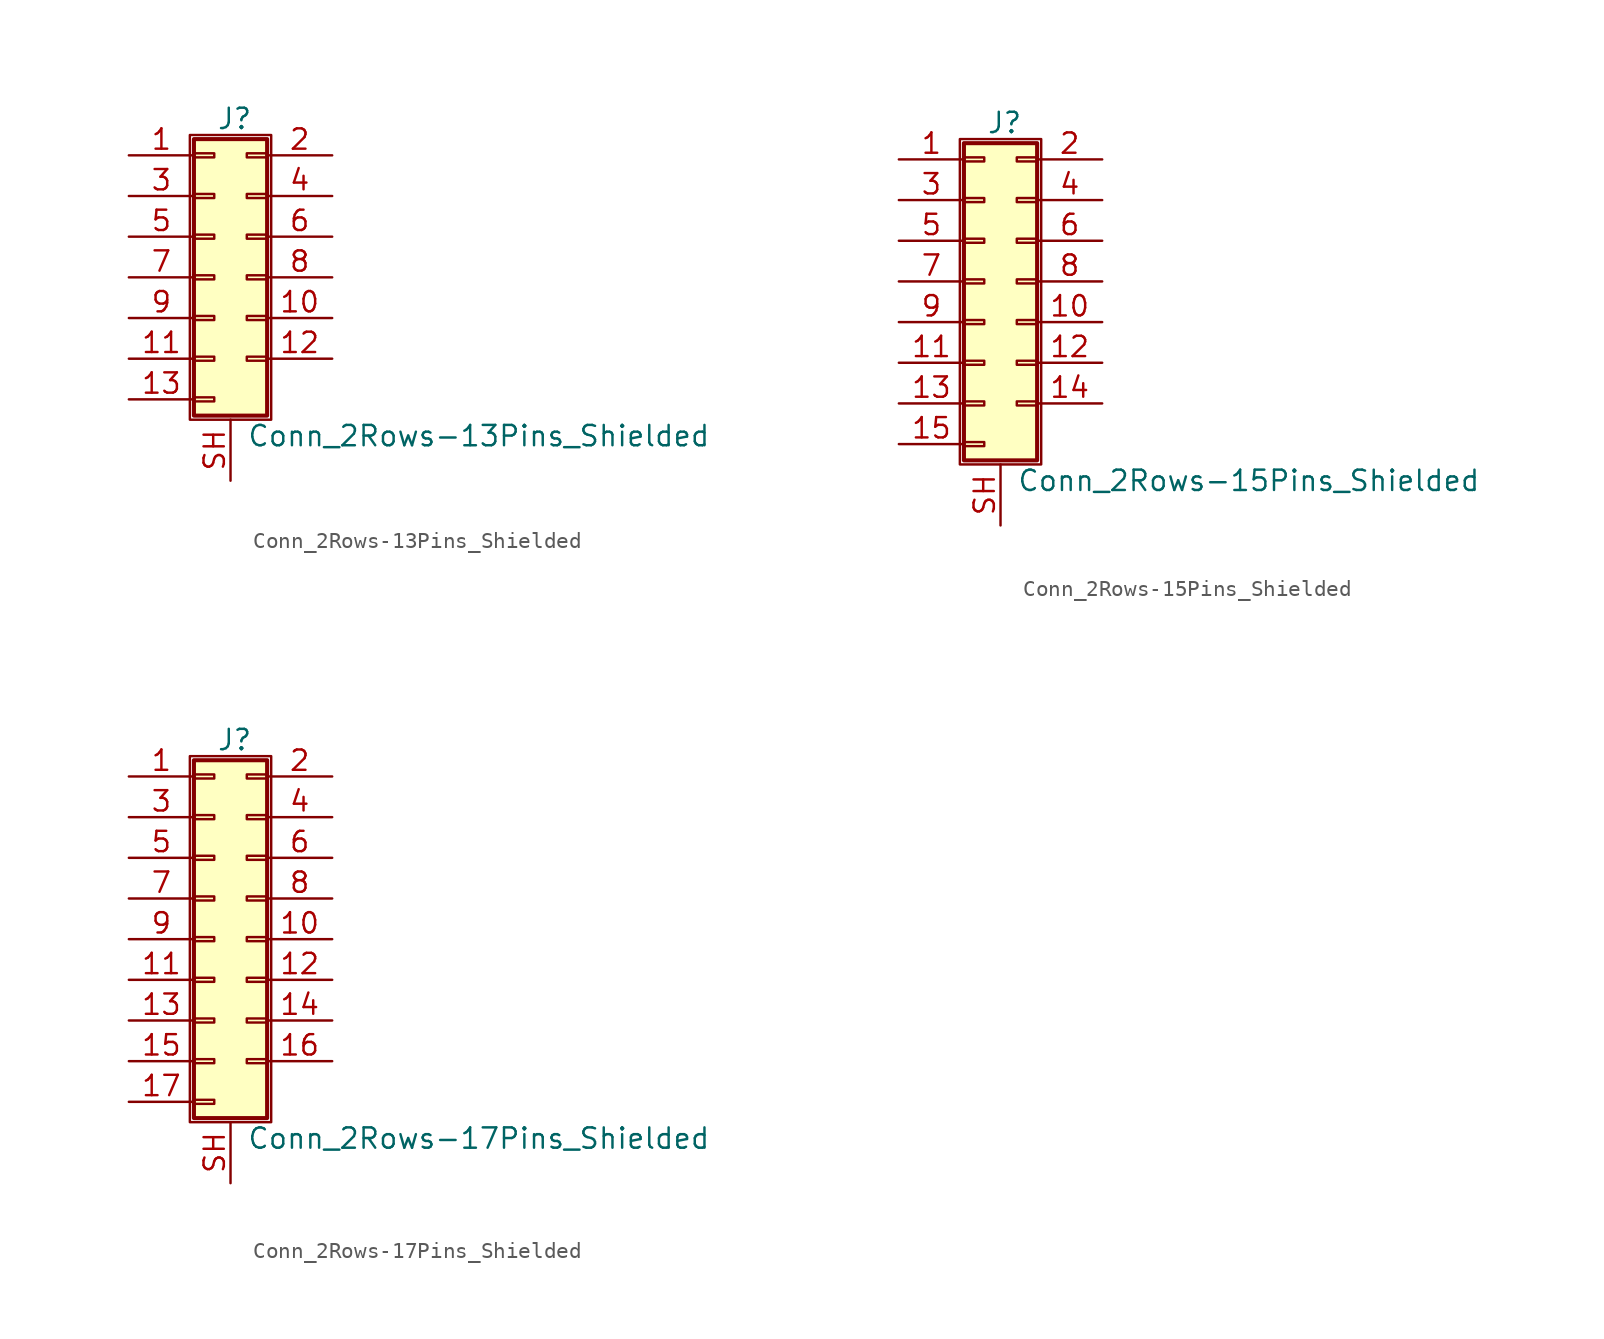
<source format=kicad_sym>
(kicad_symbol_lib
  (version 20201005)
  (generator kicad_symbol_editor)
  (symbol "Conn_2Rows-13Pins_Shielded"
    (pin_names
      (offset 1.016) hide)
    (property "Reference" "J"
      (at 1.524 9.906 0)
      (effects (font (size 1.27 1.27))))
    (property "Value" "Conn_2Rows-13Pins_Shielded"
      (at 2.286 -9.906 0)
      (effects (font (size 1.27 1.27)) (justify left)))
    (symbol "Conn_2Rows-13Pins_Shielded_1_1"
      (rectangle (start -1.27 8.89) (end 3.81 -8.89) (stroke (width 0.152)) (fill (type none)))
      (rectangle (start -1.016 -7.493) (end 0.254 -7.747) (stroke (width 0.152)) (fill (type none)))
      (rectangle (start -1.016 -4.953) (end 0.254 -5.207) (stroke (width 0.152)) (fill (type none)))
      (rectangle (start -1.016 -2.413) (end 0.254 -2.667) (stroke (width 0.152)) (fill (type none)))
      (rectangle (start -1.016 0.127) (end 0.254 -0.127) (stroke (width 0.152)) (fill (type none)))
      (rectangle (start -1.016 2.667) (end 0.254 2.413) (stroke (width 0.152)) (fill (type none)))
      (rectangle (start -1.016 5.207) (end 0.254 4.953) (stroke (width 0.152)) (fill (type none)))
      (rectangle (start -1.016 7.747) (end 0.254 7.493) (stroke (width 0.152)) (fill (type none)))
      (rectangle (start 3.556 -4.953) (end 2.286 -5.207) (stroke (width 0.152)) (fill (type none)))
      (rectangle (start 3.556 -2.413) (end 2.286 -2.667) (stroke (width 0.152)) (fill (type none)))
      (rectangle (start 3.556 0.127) (end 2.286 -0.127) (stroke (width 0.152)) (fill (type none)))
      (rectangle (start 3.556 2.667) (end 2.286 2.413) (stroke (width 0.152)) (fill (type none)))
      (rectangle (start 3.556 5.207) (end 2.286 4.953) (stroke (width 0.152)) (fill (type none)))
      (rectangle (start 3.556 7.747) (end 2.286 7.493) (stroke (width 0.152)) (fill (type none)))
      (rectangle (start -1.016 8.636) (end 3.556 -8.636) (stroke (width 0.254)) (fill (type background)))
      (pin passive line (at -5.08 7.62 0) (length 4.064) (name "Pin_1" (effects (font (size 1.27 1.27)))) (number "1" (effects (font (size 1.27 1.27)))))
      (pin passive line (at 7.62 -2.54 180) (length 4.064) (name "Pin_10" (effects (font (size 1.27 1.27)))) (number "10" (effects (font (size 1.27 1.27)))))
      (pin passive line (at -5.08 -5.08 0) (length 4.064) (name "Pin_11" (effects (font (size 1.27 1.27)))) (number "11" (effects (font (size 1.27 1.27)))))
      (pin passive line (at 7.62 -5.08 180) (length 4.064) (name "Pin_12" (effects (font (size 1.27 1.27)))) (number "12" (effects (font (size 1.27 1.27)))))
      (pin passive line (at -5.08 -7.62 0) (length 4.064) (name "Pin_13" (effects (font (size 1.27 1.27)))) (number "13" (effects (font (size 1.27 1.27)))))
      (pin passive line (at 7.62 7.62 180) (length 4.064) (name "Pin_2" (effects (font (size 1.27 1.27)))) (number "2" (effects (font (size 1.27 1.27)))))
      (pin passive line (at -5.08 5.08 0) (length 4.064) (name "Pin_3" (effects (font (size 1.27 1.27)))) (number "3" (effects (font (size 1.27 1.27)))))
      (pin passive line (at 7.62 5.08 180) (length 4.064) (name "Pin_4" (effects (font (size 1.27 1.27)))) (number "4" (effects (font (size 1.27 1.27)))))
      (pin passive line (at -5.08 2.54 0) (length 4.064) (name "Pin_5" (effects (font (size 1.27 1.27)))) (number "5" (effects (font (size 1.27 1.27)))))
      (pin passive line (at 7.62 2.54 180) (length 4.064) (name "Pin_6" (effects (font (size 1.27 1.27)))) (number "6" (effects (font (size 1.27 1.27)))))
      (pin passive line (at -5.08 0 0) (length 4.064) (name "Pin_7" (effects (font (size 1.27 1.27)))) (number "7" (effects (font (size 1.27 1.27)))))
      (pin passive line (at 7.62 0 180) (length 4.064) (name "Pin_8" (effects (font (size 1.27 1.27)))) (number "8" (effects (font (size 1.27 1.27)))))
      (pin passive line (at -5.08 -2.54 0) (length 4.064) (name "Pin_9" (effects (font (size 1.27 1.27)))) (number "9" (effects (font (size 1.27 1.27)))))
      (pin passive line (at 1.27 -12.7 90) (length 3.81) (name "Shield" (effects (font (size 1.27 1.27)))) (number "SH" (effects (font (size 1.27 1.27)))))))
  (symbol "Conn_2Rows-15Pins_Shielded"
    (pin_names
      (offset 1.016) hide)
    (property "Reference" "J"
      (at 1.524 9.906 0)
      (effects (font (size 1.27 1.27))))
    (property "Value" "Conn_2Rows-15Pins_Shielded"
      (at 2.286 -12.446 0)
      (effects (font (size 1.27 1.27)) (justify left)))
    (symbol "Conn_2Rows-15Pins_Shielded_1_1"
      (rectangle (start -1.27 8.89) (end 3.81 -11.43) (stroke (width 0.152)) (fill (type none)))
      (rectangle (start -1.016 -10.033) (end 0.254 -10.287) (stroke (width 0.152)) (fill (type none)))
      (rectangle (start -1.016 -7.493) (end 0.254 -7.747) (stroke (width 0.152)) (fill (type none)))
      (rectangle (start -1.016 -4.953) (end 0.254 -5.207) (stroke (width 0.152)) (fill (type none)))
      (rectangle (start -1.016 -2.413) (end 0.254 -2.667) (stroke (width 0.152)) (fill (type none)))
      (rectangle (start -1.016 0.127) (end 0.254 -0.127) (stroke (width 0.152)) (fill (type none)))
      (rectangle (start -1.016 2.667) (end 0.254 2.413) (stroke (width 0.152)) (fill (type none)))
      (rectangle (start -1.016 5.207) (end 0.254 4.953) (stroke (width 0.152)) (fill (type none)))
      (rectangle (start -1.016 7.747) (end 0.254 7.493) (stroke (width 0.152)) (fill (type none)))
      (rectangle (start 3.556 -7.493) (end 2.286 -7.747) (stroke (width 0.152)) (fill (type none)))
      (rectangle (start 3.556 -4.953) (end 2.286 -5.207) (stroke (width 0.152)) (fill (type none)))
      (rectangle (start 3.556 -2.413) (end 2.286 -2.667) (stroke (width 0.152)) (fill (type none)))
      (rectangle (start 3.556 0.127) (end 2.286 -0.127) (stroke (width 0.152)) (fill (type none)))
      (rectangle (start 3.556 2.667) (end 2.286 2.413) (stroke (width 0.152)) (fill (type none)))
      (rectangle (start 3.556 5.207) (end 2.286 4.953) (stroke (width 0.152)) (fill (type none)))
      (rectangle (start 3.556 7.747) (end 2.286 7.493) (stroke (width 0.152)) (fill (type none)))
      (rectangle (start -1.016 8.636) (end 3.556 -11.176) (stroke (width 0.254)) (fill (type background)))
      (pin passive line (at -5.08 7.62 0) (length 4.064) (name "Pin_1" (effects (font (size 1.27 1.27)))) (number "1" (effects (font (size 1.27 1.27)))))
      (pin passive line (at 7.62 -2.54 180) (length 4.064) (name "Pin_10" (effects (font (size 1.27 1.27)))) (number "10" (effects (font (size 1.27 1.27)))))
      (pin passive line (at -5.08 -5.08 0) (length 4.064) (name "Pin_11" (effects (font (size 1.27 1.27)))) (number "11" (effects (font (size 1.27 1.27)))))
      (pin passive line (at 7.62 -5.08 180) (length 4.064) (name "Pin_12" (effects (font (size 1.27 1.27)))) (number "12" (effects (font (size 1.27 1.27)))))
      (pin passive line (at -5.08 -7.62 0) (length 4.064) (name "Pin_13" (effects (font (size 1.27 1.27)))) (number "13" (effects (font (size 1.27 1.27)))))
      (pin passive line (at 7.62 -7.62 180) (length 4.064) (name "Pin_14" (effects (font (size 1.27 1.27)))) (number "14" (effects (font (size 1.27 1.27)))))
      (pin passive line (at -5.08 -10.16 0) (length 4.064) (name "Pin_15" (effects (font (size 1.27 1.27)))) (number "15" (effects (font (size 1.27 1.27)))))
      (pin passive line (at 7.62 7.62 180) (length 4.064) (name "Pin_2" (effects (font (size 1.27 1.27)))) (number "2" (effects (font (size 1.27 1.27)))))
      (pin passive line (at -5.08 5.08 0) (length 4.064) (name "Pin_3" (effects (font (size 1.27 1.27)))) (number "3" (effects (font (size 1.27 1.27)))))
      (pin passive line (at 7.62 5.08 180) (length 4.064) (name "Pin_4" (effects (font (size 1.27 1.27)))) (number "4" (effects (font (size 1.27 1.27)))))
      (pin passive line (at -5.08 2.54 0) (length 4.064) (name "Pin_5" (effects (font (size 1.27 1.27)))) (number "5" (effects (font (size 1.27 1.27)))))
      (pin passive line (at 7.62 2.54 180) (length 4.064) (name "Pin_6" (effects (font (size 1.27 1.27)))) (number "6" (effects (font (size 1.27 1.27)))))
      (pin passive line (at -5.08 0 0) (length 4.064) (name "Pin_7" (effects (font (size 1.27 1.27)))) (number "7" (effects (font (size 1.27 1.27)))))
      (pin passive line (at 7.62 0 180) (length 4.064) (name "Pin_8" (effects (font (size 1.27 1.27)))) (number "8" (effects (font (size 1.27 1.27)))))
      (pin passive line (at -5.08 -2.54 0) (length 4.064) (name "Pin_9" (effects (font (size 1.27 1.27)))) (number "9" (effects (font (size 1.27 1.27)))))
      (pin passive line (at 1.27 -15.24 90) (length 3.81) (name "Shield" (effects (font (size 1.27 1.27)))) (number "SH" (effects (font (size 1.27 1.27)))))))
  (symbol "Conn_2Rows-17Pins_Shielded"
    (pin_names
      (offset 1.016) hide)
    (property "Reference" "J"
      (at 1.524 12.446 0)
      (effects (font (size 1.27 1.27))))
    (property "Value" "Conn_2Rows-17Pins_Shielded"
      (at 2.286 -12.446 0)
      (effects (font (size 1.27 1.27)) (justify left)))
    (symbol "Conn_2Rows-17Pins_Shielded_1_1"
      (rectangle (start -1.27 11.43) (end 3.81 -11.43) (stroke (width 0.152)) (fill (type none)))
      (rectangle (start -1.016 -10.033) (end 0.254 -10.287) (stroke (width 0.152)) (fill (type none)))
      (rectangle (start -1.016 -7.493) (end 0.254 -7.747) (stroke (width 0.152)) (fill (type none)))
      (rectangle (start -1.016 -4.953) (end 0.254 -5.207) (stroke (width 0.152)) (fill (type none)))
      (rectangle (start -1.016 -2.413) (end 0.254 -2.667) (stroke (width 0.152)) (fill (type none)))
      (rectangle (start -1.016 0.127) (end 0.254 -0.127) (stroke (width 0.152)) (fill (type none)))
      (rectangle (start -1.016 2.667) (end 0.254 2.413) (stroke (width 0.152)) (fill (type none)))
      (rectangle (start -1.016 5.207) (end 0.254 4.953) (stroke (width 0.152)) (fill (type none)))
      (rectangle (start -1.016 7.747) (end 0.254 7.493) (stroke (width 0.152)) (fill (type none)))
      (rectangle (start -1.016 10.287) (end 0.254 10.033) (stroke (width 0.152)) (fill (type none)))
      (rectangle (start 3.556 -7.493) (end 2.286 -7.747) (stroke (width 0.152)) (fill (type none)))
      (rectangle (start 3.556 -4.953) (end 2.286 -5.207) (stroke (width 0.152)) (fill (type none)))
      (rectangle (start 3.556 -2.413) (end 2.286 -2.667) (stroke (width 0.152)) (fill (type none)))
      (rectangle (start 3.556 0.127) (end 2.286 -0.127) (stroke (width 0.152)) (fill (type none)))
      (rectangle (start 3.556 2.667) (end 2.286 2.413) (stroke (width 0.152)) (fill (type none)))
      (rectangle (start 3.556 5.207) (end 2.286 4.953) (stroke (width 0.152)) (fill (type none)))
      (rectangle (start 3.556 7.747) (end 2.286 7.493) (stroke (width 0.152)) (fill (type none)))
      (rectangle (start 3.556 10.287) (end 2.286 10.033) (stroke (width 0.152)) (fill (type none)))
      (rectangle (start -1.016 11.176) (end 3.556 -11.176) (stroke (width 0.254)) (fill (type background)))
      (pin passive line (at -5.08 10.16 0) (length 4.064) (name "Pin_1" (effects (font (size 1.27 1.27)))) (number "1" (effects (font (size 1.27 1.27)))))
      (pin passive line (at 7.62 0 180) (length 4.064) (name "Pin_10" (effects (font (size 1.27 1.27)))) (number "10" (effects (font (size 1.27 1.27)))))
      (pin passive line (at -5.08 -2.54 0) (length 4.064) (name "Pin_11" (effects (font (size 1.27 1.27)))) (number "11" (effects (font (size 1.27 1.27)))))
      (pin passive line (at 7.62 -2.54 180) (length 4.064) (name "Pin_12" (effects (font (size 1.27 1.27)))) (number "12" (effects (font (size 1.27 1.27)))))
      (pin passive line (at -5.08 -5.08 0) (length 4.064) (name "Pin_13" (effects (font (size 1.27 1.27)))) (number "13" (effects (font (size 1.27 1.27)))))
      (pin passive line (at 7.62 -5.08 180) (length 4.064) (name "Pin_14" (effects (font (size 1.27 1.27)))) (number "14" (effects (font (size 1.27 1.27)))))
      (pin passive line (at -5.08 -7.62 0) (length 4.064) (name "Pin_15" (effects (font (size 1.27 1.27)))) (number "15" (effects (font (size 1.27 1.27)))))
      (pin passive line (at 7.62 -7.62 180) (length 4.064) (name "Pin_16" (effects (font (size 1.27 1.27)))) (number "16" (effects (font (size 1.27 1.27)))))
      (pin passive line (at -5.08 -10.16 0) (length 4.064) (name "Pin_17" (effects (font (size 1.27 1.27)))) (number "17" (effects (font (size 1.27 1.27)))))
      (pin passive line (at 7.62 10.16 180) (length 4.064) (name "Pin_2" (effects (font (size 1.27 1.27)))) (number "2" (effects (font (size 1.27 1.27)))))
      (pin passive line (at -5.08 7.62 0) (length 4.064) (name "Pin_3" (effects (font (size 1.27 1.27)))) (number "3" (effects (font (size 1.27 1.27)))))
      (pin passive line (at 7.62 7.62 180) (length 4.064) (name "Pin_4" (effects (font (size 1.27 1.27)))) (number "4" (effects (font (size 1.27 1.27)))))
      (pin passive line (at -5.08 5.08 0) (length 4.064) (name "Pin_5" (effects (font (size 1.27 1.27)))) (number "5" (effects (font (size 1.27 1.27)))))
      (pin passive line (at 7.62 5.08 180) (length 4.064) (name "Pin_6" (effects (font (size 1.27 1.27)))) (number "6" (effects (font (size 1.27 1.27)))))
      (pin passive line (at -5.08 2.54 0) (length 4.064) (name "Pin_7" (effects (font (size 1.27 1.27)))) (number "7" (effects (font (size 1.27 1.27)))))
      (pin passive line (at 7.62 2.54 180) (length 4.064) (name "Pin_8" (effects (font (size 1.27 1.27)))) (number "8" (effects (font (size 1.27 1.27)))))
      (pin passive line (at -5.08 0 0) (length 4.064) (name "Pin_9" (effects (font (size 1.27 1.27)))) (number "9" (effects (font (size 1.27 1.27)))))
      (pin passive line (at 1.27 -15.24 90) (length 3.81) (name "Shield" (effects (font (size 1.27 1.27)))) (number "SH" (effects (font (size 1.27 1.27))))))))
</source>
